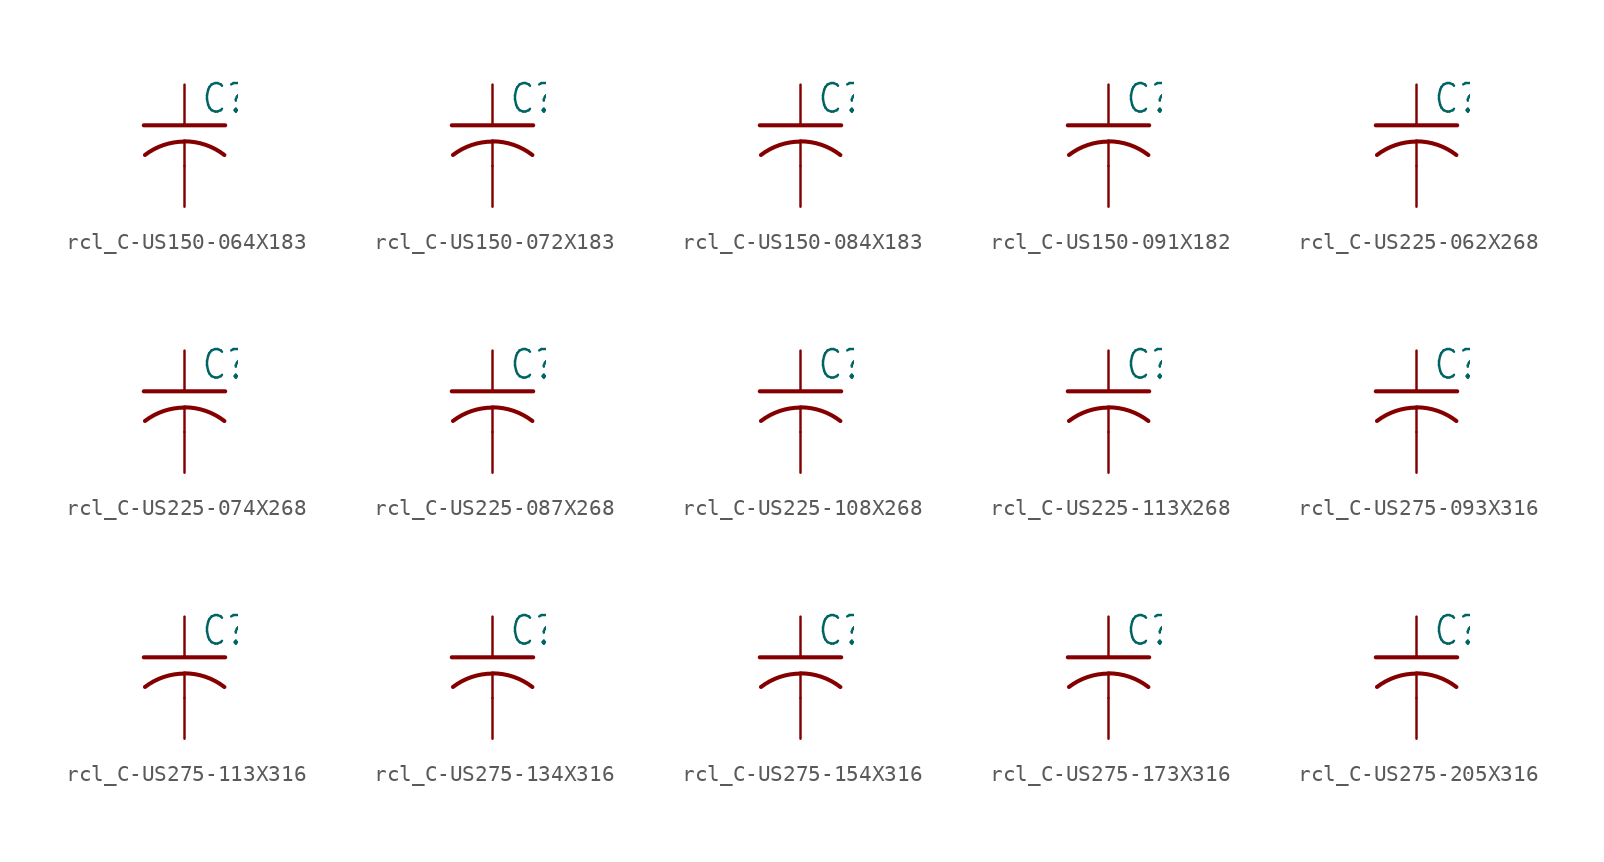
<source format=kicad_sym>
(kicad_symbol_lib
  (version 20241209)
  (generator "kicad_symbol_editor")
  (generator_version "9.0")
  (symbol "rcl_C-US150-064X183"
    (property "Reference" "C"
      (at 1.016 0.635 0)
      (effects (font (size 1.778 1.511)) (justify left bottom)))
    (property "Value" ""
      (at 1.016 -4.191 0)
      (effects (font (size 1.778 1.511)) (justify left bottom)))
    (property "ki_locked" ""
      (at 0 0 0)
      (effects (font (size 1.27 1.27))))
    (symbol "rcl_C-US150-064X183_1_0"
      (polyline (pts (xy -2.54 0) (xy 2.54 0)) (stroke (width 0.254) (type solid)) (fill (type none)))
      (polyline (pts (xy 0 -1.016) (xy 0 -2.54)) (stroke (width 0.152) (type solid)) (fill (type none)))
      (arc (start 0 -1) (mid 1.3158 -1.2195) (end 2.4892 -1.8541) (stroke (width 0.254) (type solid)) (fill (type none)))
      (arc (start -2.4668 -1.8504) (mid -1.302 -1.2303) (end 0 -1.0161) (stroke (width 0.254) (type solid)) (fill (type none)))
      (pin passive line (at 0 2.54 270) (length 2.54) (name "1" (effects (font (size 0 0)))) (number "1" (effects (font (size 0 0)))))
      (pin passive line (at 0 -5.08 90) (length 2.54) (name "2" (effects (font (size 0 0)))) (number "2" (effects (font (size 0 0)))))))
  (symbol "rcl_C-US150-072X183"
    (property "Reference" "C"
      (at 1.016 0.635 0)
      (effects (font (size 1.778 1.511)) (justify left bottom)))
    (property "Value" ""
      (at 1.016 -4.191 0)
      (effects (font (size 1.778 1.511)) (justify left bottom)))
    (property "ki_locked" ""
      (at 0 0 0)
      (effects (font (size 1.27 1.27))))
    (symbol "rcl_C-US150-072X183_1_0"
      (polyline (pts (xy -2.54 0) (xy 2.54 0)) (stroke (width 0.254) (type solid)) (fill (type none)))
      (polyline (pts (xy 0 -1.016) (xy 0 -2.54)) (stroke (width 0.152) (type solid)) (fill (type none)))
      (arc (start 0 -1) (mid 1.3158 -1.2195) (end 2.4892 -1.8541) (stroke (width 0.254) (type solid)) (fill (type none)))
      (arc (start -2.4668 -1.8504) (mid -1.302 -1.2303) (end 0 -1.0161) (stroke (width 0.254) (type solid)) (fill (type none)))
      (pin passive line (at 0 2.54 270) (length 2.54) (name "1" (effects (font (size 0 0)))) (number "1" (effects (font (size 0 0)))))
      (pin passive line (at 0 -5.08 90) (length 2.54) (name "2" (effects (font (size 0 0)))) (number "2" (effects (font (size 0 0)))))))
  (symbol "rcl_C-US150-084X183"
    (property "Reference" "C"
      (at 1.016 0.635 0)
      (effects (font (size 1.778 1.511)) (justify left bottom)))
    (property "Value" ""
      (at 1.016 -4.191 0)
      (effects (font (size 1.778 1.511)) (justify left bottom)))
    (property "ki_locked" ""
      (at 0 0 0)
      (effects (font (size 1.27 1.27))))
    (symbol "rcl_C-US150-084X183_1_0"
      (polyline (pts (xy -2.54 0) (xy 2.54 0)) (stroke (width 0.254) (type solid)) (fill (type none)))
      (polyline (pts (xy 0 -1.016) (xy 0 -2.54)) (stroke (width 0.152) (type solid)) (fill (type none)))
      (arc (start 0 -1) (mid 1.3158 -1.2195) (end 2.4892 -1.8541) (stroke (width 0.254) (type solid)) (fill (type none)))
      (arc (start -2.4668 -1.8504) (mid -1.302 -1.2303) (end 0 -1.0161) (stroke (width 0.254) (type solid)) (fill (type none)))
      (pin passive line (at 0 2.54 270) (length 2.54) (name "1" (effects (font (size 0 0)))) (number "1" (effects (font (size 0 0)))))
      (pin passive line (at 0 -5.08 90) (length 2.54) (name "2" (effects (font (size 0 0)))) (number "2" (effects (font (size 0 0)))))))
  (symbol "rcl_C-US150-091X182"
    (property "Reference" "C"
      (at 1.016 0.635 0)
      (effects (font (size 1.778 1.511)) (justify left bottom)))
    (property "Value" ""
      (at 1.016 -4.191 0)
      (effects (font (size 1.778 1.511)) (justify left bottom)))
    (property "ki_locked" ""
      (at 0 0 0)
      (effects (font (size 1.27 1.27))))
    (symbol "rcl_C-US150-091X182_1_0"
      (polyline (pts (xy -2.54 0) (xy 2.54 0)) (stroke (width 0.254) (type solid)) (fill (type none)))
      (polyline (pts (xy 0 -1.016) (xy 0 -2.54)) (stroke (width 0.152) (type solid)) (fill (type none)))
      (arc (start 0 -1) (mid 1.3158 -1.2195) (end 2.4892 -1.8541) (stroke (width 0.254) (type solid)) (fill (type none)))
      (arc (start -2.4668 -1.8504) (mid -1.302 -1.2303) (end 0 -1.0161) (stroke (width 0.254) (type solid)) (fill (type none)))
      (pin passive line (at 0 2.54 270) (length 2.54) (name "1" (effects (font (size 0 0)))) (number "1" (effects (font (size 0 0)))))
      (pin passive line (at 0 -5.08 90) (length 2.54) (name "2" (effects (font (size 0 0)))) (number "2" (effects (font (size 0 0)))))))
  (symbol "rcl_C-US225-062X268"
    (property "Reference" "C"
      (at 1.016 0.635 0)
      (effects (font (size 1.778 1.511)) (justify left bottom)))
    (property "Value" ""
      (at 1.016 -4.191 0)
      (effects (font (size 1.778 1.511)) (justify left bottom)))
    (property "ki_locked" ""
      (at 0 0 0)
      (effects (font (size 1.27 1.27))))
    (symbol "rcl_C-US225-062X268_1_0"
      (polyline (pts (xy -2.54 0) (xy 2.54 0)) (stroke (width 0.254) (type solid)) (fill (type none)))
      (polyline (pts (xy 0 -1.016) (xy 0 -2.54)) (stroke (width 0.152) (type solid)) (fill (type none)))
      (arc (start 0 -1) (mid 1.3158 -1.2195) (end 2.4892 -1.8541) (stroke (width 0.254) (type solid)) (fill (type none)))
      (arc (start -2.4668 -1.8504) (mid -1.302 -1.2303) (end 0 -1.0161) (stroke (width 0.254) (type solid)) (fill (type none)))
      (pin passive line (at 0 2.54 270) (length 2.54) (name "1" (effects (font (size 0 0)))) (number "1" (effects (font (size 0 0)))))
      (pin passive line (at 0 -5.08 90) (length 2.54) (name "2" (effects (font (size 0 0)))) (number "2" (effects (font (size 0 0)))))))
  (symbol "rcl_C-US225-074X268"
    (property "Reference" "C"
      (at 1.016 0.635 0)
      (effects (font (size 1.778 1.511)) (justify left bottom)))
    (property "Value" ""
      (at 1.016 -4.191 0)
      (effects (font (size 1.778 1.511)) (justify left bottom)))
    (property "ki_locked" ""
      (at 0 0 0)
      (effects (font (size 1.27 1.27))))
    (symbol "rcl_C-US225-074X268_1_0"
      (polyline (pts (xy -2.54 0) (xy 2.54 0)) (stroke (width 0.254) (type solid)) (fill (type none)))
      (polyline (pts (xy 0 -1.016) (xy 0 -2.54)) (stroke (width 0.152) (type solid)) (fill (type none)))
      (arc (start 0 -1) (mid 1.3158 -1.2195) (end 2.4892 -1.8541) (stroke (width 0.254) (type solid)) (fill (type none)))
      (arc (start -2.4668 -1.8504) (mid -1.302 -1.2303) (end 0 -1.0161) (stroke (width 0.254) (type solid)) (fill (type none)))
      (pin passive line (at 0 2.54 270) (length 2.54) (name "1" (effects (font (size 0 0)))) (number "1" (effects (font (size 0 0)))))
      (pin passive line (at 0 -5.08 90) (length 2.54) (name "2" (effects (font (size 0 0)))) (number "2" (effects (font (size 0 0)))))))
  (symbol "rcl_C-US225-087X268"
    (property "Reference" "C"
      (at 1.016 0.635 0)
      (effects (font (size 1.778 1.511)) (justify left bottom)))
    (property "Value" ""
      (at 1.016 -4.191 0)
      (effects (font (size 1.778 1.511)) (justify left bottom)))
    (property "ki_locked" ""
      (at 0 0 0)
      (effects (font (size 1.27 1.27))))
    (symbol "rcl_C-US225-087X268_1_0"
      (polyline (pts (xy -2.54 0) (xy 2.54 0)) (stroke (width 0.254) (type solid)) (fill (type none)))
      (polyline (pts (xy 0 -1.016) (xy 0 -2.54)) (stroke (width 0.152) (type solid)) (fill (type none)))
      (arc (start 0 -1) (mid 1.3158 -1.2195) (end 2.4892 -1.8541) (stroke (width 0.254) (type solid)) (fill (type none)))
      (arc (start -2.4668 -1.8504) (mid -1.302 -1.2303) (end 0 -1.0161) (stroke (width 0.254) (type solid)) (fill (type none)))
      (pin passive line (at 0 2.54 270) (length 2.54) (name "1" (effects (font (size 0 0)))) (number "1" (effects (font (size 0 0)))))
      (pin passive line (at 0 -5.08 90) (length 2.54) (name "2" (effects (font (size 0 0)))) (number "2" (effects (font (size 0 0)))))))
  (symbol "rcl_C-US225-108X268"
    (property "Reference" "C"
      (at 1.016 0.635 0)
      (effects (font (size 1.778 1.511)) (justify left bottom)))
    (property "Value" ""
      (at 1.016 -4.191 0)
      (effects (font (size 1.778 1.511)) (justify left bottom)))
    (property "ki_locked" ""
      (at 0 0 0)
      (effects (font (size 1.27 1.27))))
    (symbol "rcl_C-US225-108X268_1_0"
      (polyline (pts (xy -2.54 0) (xy 2.54 0)) (stroke (width 0.254) (type solid)) (fill (type none)))
      (polyline (pts (xy 0 -1.016) (xy 0 -2.54)) (stroke (width 0.152) (type solid)) (fill (type none)))
      (arc (start 0 -1) (mid 1.3158 -1.2195) (end 2.4892 -1.8541) (stroke (width 0.254) (type solid)) (fill (type none)))
      (arc (start -2.4668 -1.8504) (mid -1.302 -1.2303) (end 0 -1.0161) (stroke (width 0.254) (type solid)) (fill (type none)))
      (pin passive line (at 0 2.54 270) (length 2.54) (name "1" (effects (font (size 0 0)))) (number "1" (effects (font (size 0 0)))))
      (pin passive line (at 0 -5.08 90) (length 2.54) (name "2" (effects (font (size 0 0)))) (number "2" (effects (font (size 0 0)))))))
  (symbol "rcl_C-US225-113X268"
    (property "Reference" "C"
      (at 1.016 0.635 0)
      (effects (font (size 1.778 1.511)) (justify left bottom)))
    (property "Value" ""
      (at 1.016 -4.191 0)
      (effects (font (size 1.778 1.511)) (justify left bottom)))
    (property "ki_locked" ""
      (at 0 0 0)
      (effects (font (size 1.27 1.27))))
    (symbol "rcl_C-US225-113X268_1_0"
      (polyline (pts (xy -2.54 0) (xy 2.54 0)) (stroke (width 0.254) (type solid)) (fill (type none)))
      (polyline (pts (xy 0 -1.016) (xy 0 -2.54)) (stroke (width 0.152) (type solid)) (fill (type none)))
      (arc (start 0 -1) (mid 1.3158 -1.2195) (end 2.4892 -1.8541) (stroke (width 0.254) (type solid)) (fill (type none)))
      (arc (start -2.4668 -1.8504) (mid -1.302 -1.2303) (end 0 -1.0161) (stroke (width 0.254) (type solid)) (fill (type none)))
      (pin passive line (at 0 2.54 270) (length 2.54) (name "1" (effects (font (size 0 0)))) (number "1" (effects (font (size 0 0)))))
      (pin passive line (at 0 -5.08 90) (length 2.54) (name "2" (effects (font (size 0 0)))) (number "2" (effects (font (size 0 0)))))))
  (symbol "rcl_C-US275-093X316"
    (property "Reference" "C"
      (at 1.016 0.635 0)
      (effects (font (size 1.778 1.511)) (justify left bottom)))
    (property "Value" ""
      (at 1.016 -4.191 0)
      (effects (font (size 1.778 1.511)) (justify left bottom)))
    (property "ki_locked" ""
      (at 0 0 0)
      (effects (font (size 1.27 1.27))))
    (symbol "rcl_C-US275-093X316_1_0"
      (polyline (pts (xy -2.54 0) (xy 2.54 0)) (stroke (width 0.254) (type solid)) (fill (type none)))
      (polyline (pts (xy 0 -1.016) (xy 0 -2.54)) (stroke (width 0.152) (type solid)) (fill (type none)))
      (arc (start 0 -1) (mid 1.3158 -1.2195) (end 2.4892 -1.8541) (stroke (width 0.254) (type solid)) (fill (type none)))
      (arc (start -2.4668 -1.8504) (mid -1.302 -1.2303) (end 0 -1.0161) (stroke (width 0.254) (type solid)) (fill (type none)))
      (pin passive line (at 0 2.54 270) (length 2.54) (name "1" (effects (font (size 0 0)))) (number "1" (effects (font (size 0 0)))))
      (pin passive line (at 0 -5.08 90) (length 2.54) (name "2" (effects (font (size 0 0)))) (number "2" (effects (font (size 0 0)))))))
  (symbol "rcl_C-US275-113X316"
    (property "Reference" "C"
      (at 1.016 0.635 0)
      (effects (font (size 1.778 1.511)) (justify left bottom)))
    (property "Value" ""
      (at 1.016 -4.191 0)
      (effects (font (size 1.778 1.511)) (justify left bottom)))
    (property "ki_locked" ""
      (at 0 0 0)
      (effects (font (size 1.27 1.27))))
    (symbol "rcl_C-US275-113X316_1_0"
      (polyline (pts (xy -2.54 0) (xy 2.54 0)) (stroke (width 0.254) (type solid)) (fill (type none)))
      (polyline (pts (xy 0 -1.016) (xy 0 -2.54)) (stroke (width 0.152) (type solid)) (fill (type none)))
      (arc (start 0 -1) (mid 1.3158 -1.2195) (end 2.4892 -1.8541) (stroke (width 0.254) (type solid)) (fill (type none)))
      (arc (start -2.4668 -1.8504) (mid -1.302 -1.2303) (end 0 -1.0161) (stroke (width 0.254) (type solid)) (fill (type none)))
      (pin passive line (at 0 2.54 270) (length 2.54) (name "1" (effects (font (size 0 0)))) (number "1" (effects (font (size 0 0)))))
      (pin passive line (at 0 -5.08 90) (length 2.54) (name "2" (effects (font (size 0 0)))) (number "2" (effects (font (size 0 0)))))))
  (symbol "rcl_C-US275-134X316"
    (property "Reference" "C"
      (at 1.016 0.635 0)
      (effects (font (size 1.778 1.511)) (justify left bottom)))
    (property "Value" ""
      (at 1.016 -4.191 0)
      (effects (font (size 1.778 1.511)) (justify left bottom)))
    (property "ki_locked" ""
      (at 0 0 0)
      (effects (font (size 1.27 1.27))))
    (symbol "rcl_C-US275-134X316_1_0"
      (polyline (pts (xy -2.54 0) (xy 2.54 0)) (stroke (width 0.254) (type solid)) (fill (type none)))
      (polyline (pts (xy 0 -1.016) (xy 0 -2.54)) (stroke (width 0.152) (type solid)) (fill (type none)))
      (arc (start 0 -1) (mid 1.3158 -1.2195) (end 2.4892 -1.8541) (stroke (width 0.254) (type solid)) (fill (type none)))
      (arc (start -2.4668 -1.8504) (mid -1.302 -1.2303) (end 0 -1.0161) (stroke (width 0.254) (type solid)) (fill (type none)))
      (pin passive line (at 0 2.54 270) (length 2.54) (name "1" (effects (font (size 0 0)))) (number "1" (effects (font (size 0 0)))))
      (pin passive line (at 0 -5.08 90) (length 2.54) (name "2" (effects (font (size 0 0)))) (number "2" (effects (font (size 0 0)))))))
  (symbol "rcl_C-US275-154X316"
    (property "Reference" "C"
      (at 1.016 0.635 0)
      (effects (font (size 1.778 1.511)) (justify left bottom)))
    (property "Value" ""
      (at 1.016 -4.191 0)
      (effects (font (size 1.778 1.511)) (justify left bottom)))
    (property "ki_locked" ""
      (at 0 0 0)
      (effects (font (size 1.27 1.27))))
    (symbol "rcl_C-US275-154X316_1_0"
      (polyline (pts (xy -2.54 0) (xy 2.54 0)) (stroke (width 0.254) (type solid)) (fill (type none)))
      (polyline (pts (xy 0 -1.016) (xy 0 -2.54)) (stroke (width 0.152) (type solid)) (fill (type none)))
      (arc (start 0 -1) (mid 1.3158 -1.2195) (end 2.4892 -1.8541) (stroke (width 0.254) (type solid)) (fill (type none)))
      (arc (start -2.4668 -1.8504) (mid -1.302 -1.2303) (end 0 -1.0161) (stroke (width 0.254) (type solid)) (fill (type none)))
      (pin passive line (at 0 2.54 270) (length 2.54) (name "1" (effects (font (size 0 0)))) (number "1" (effects (font (size 0 0)))))
      (pin passive line (at 0 -5.08 90) (length 2.54) (name "2" (effects (font (size 0 0)))) (number "2" (effects (font (size 0 0)))))))
  (symbol "rcl_C-US275-173X316"
    (property "Reference" "C"
      (at 1.016 0.635 0)
      (effects (font (size 1.778 1.511)) (justify left bottom)))
    (property "Value" ""
      (at 1.016 -4.191 0)
      (effects (font (size 1.778 1.511)) (justify left bottom)))
    (property "ki_locked" ""
      (at 0 0 0)
      (effects (font (size 1.27 1.27))))
    (symbol "rcl_C-US275-173X316_1_0"
      (polyline (pts (xy -2.54 0) (xy 2.54 0)) (stroke (width 0.254) (type solid)) (fill (type none)))
      (polyline (pts (xy 0 -1.016) (xy 0 -2.54)) (stroke (width 0.152) (type solid)) (fill (type none)))
      (arc (start 0 -1) (mid 1.3158 -1.2195) (end 2.4892 -1.8541) (stroke (width 0.254) (type solid)) (fill (type none)))
      (arc (start -2.4668 -1.8504) (mid -1.302 -1.2303) (end 0 -1.0161) (stroke (width 0.254) (type solid)) (fill (type none)))
      (pin passive line (at 0 2.54 270) (length 2.54) (name "1" (effects (font (size 0 0)))) (number "1" (effects (font (size 0 0)))))
      (pin passive line (at 0 -5.08 90) (length 2.54) (name "2" (effects (font (size 0 0)))) (number "2" (effects (font (size 0 0)))))))
  (symbol "rcl_C-US275-205X316"
    (property "Reference" "C"
      (at 1.016 0.635 0)
      (effects (font (size 1.778 1.511)) (justify left bottom)))
    (property "Value" ""
      (at 1.016 -4.191 0)
      (effects (font (size 1.778 1.511)) (justify left bottom)))
    (property "ki_locked" ""
      (at 0 0 0)
      (effects (font (size 1.27 1.27))))
    (symbol "rcl_C-US275-205X316_1_0"
      (polyline (pts (xy -2.54 0) (xy 2.54 0)) (stroke (width 0.254) (type solid)) (fill (type none)))
      (polyline (pts (xy 0 -1.016) (xy 0 -2.54)) (stroke (width 0.152) (type solid)) (fill (type none)))
      (arc (start 0 -1) (mid 1.3158 -1.2195) (end 2.4892 -1.8541) (stroke (width 0.254) (type solid)) (fill (type none)))
      (arc (start -2.4668 -1.8504) (mid -1.302 -1.2303) (end 0 -1.0161) (stroke (width 0.254) (type solid)) (fill (type none)))
      (pin passive line (at 0 2.54 270) (length 2.54) (name "1" (effects (font (size 0 0)))) (number "1" (effects (font (size 0 0)))))
      (pin passive line (at 0 -5.08 90) (length 2.54) (name "2" (effects (font (size 0 0)))) (number "2" (effects (font (size 0 0))))))))
</source>
